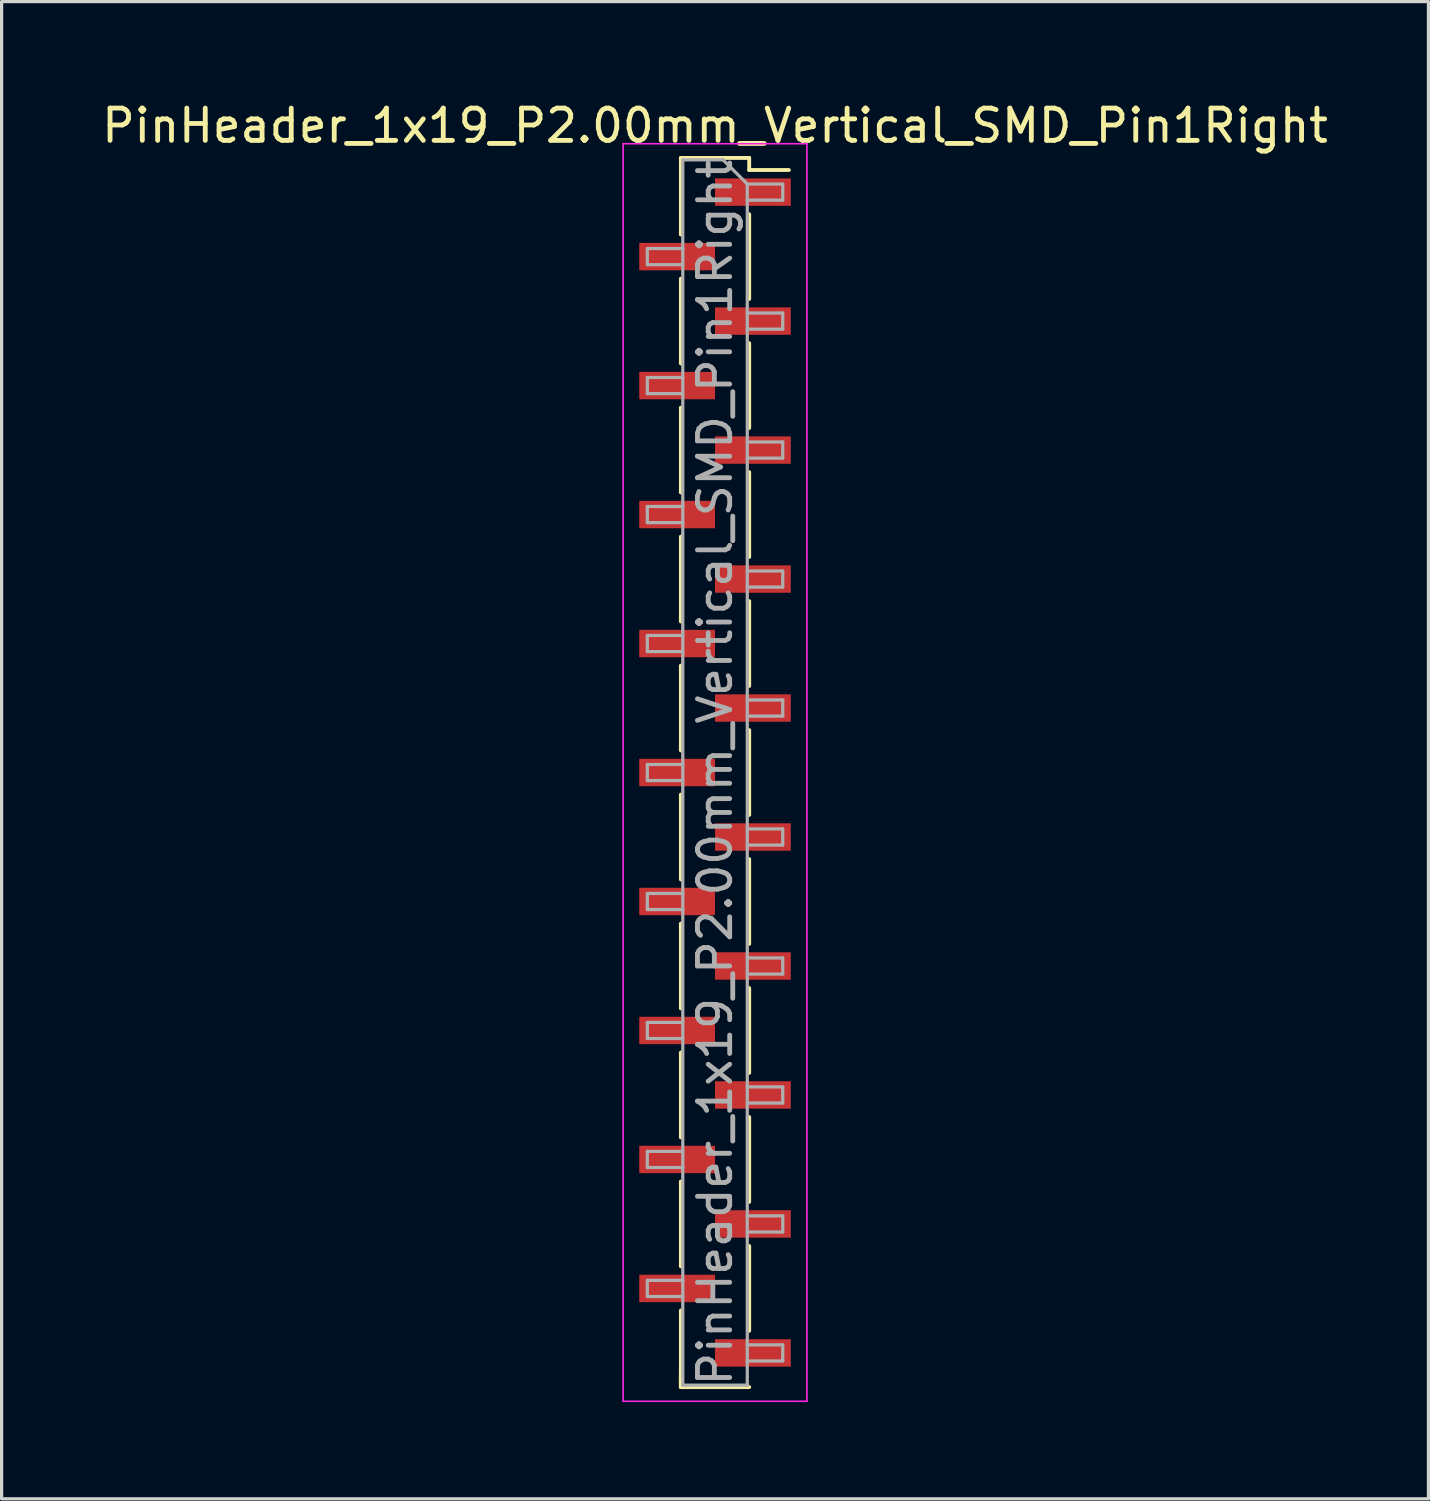
<source format=kicad_pcb>
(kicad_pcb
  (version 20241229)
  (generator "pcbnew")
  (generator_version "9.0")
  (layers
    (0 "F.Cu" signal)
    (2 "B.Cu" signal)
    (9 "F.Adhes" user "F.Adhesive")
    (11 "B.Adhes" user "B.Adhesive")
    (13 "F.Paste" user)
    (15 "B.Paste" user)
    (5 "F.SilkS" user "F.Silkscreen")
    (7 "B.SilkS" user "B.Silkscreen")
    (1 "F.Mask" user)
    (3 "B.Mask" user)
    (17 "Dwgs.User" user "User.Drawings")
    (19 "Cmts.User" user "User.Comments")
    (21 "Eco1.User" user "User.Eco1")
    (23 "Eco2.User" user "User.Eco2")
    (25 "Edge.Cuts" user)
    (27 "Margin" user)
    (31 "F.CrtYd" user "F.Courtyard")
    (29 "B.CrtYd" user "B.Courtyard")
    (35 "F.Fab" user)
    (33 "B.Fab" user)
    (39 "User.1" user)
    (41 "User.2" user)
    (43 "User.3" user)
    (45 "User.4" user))
  (footprint "PinHeader_1x19_P2.00mm_Vertical_SMD_Pin1Right"
    (layer "F.Cu")
    (at 19.125 20.908)
    (property "Reference" "PinHeader_1x19_P2.00mm_Vertical_SMD_Pin1Right" (at 0 -20.06 0) (layer "F.SilkS") (effects (font (size 1 1) (thickness 0.15))))
    (attr smd)
    (fp_line (start -1.06 -19.06) (end -1.06 -16.685) (stroke (width 0.12) (type solid)) (layer "F.SilkS"))
    (fp_line (start -1.06 -19.06) (end 1.06 -19.06) (stroke (width 0.12) (type solid)) (layer "F.SilkS"))
    (fp_line (start -1.06 -15.315) (end -1.06 -12.685) (stroke (width 0.12) (type solid)) (layer "F.SilkS"))
    (fp_line (start -1.06 -11.315) (end -1.06 -8.685) (stroke (width 0.12) (type solid)) (layer "F.SilkS"))
    (fp_line (start -1.06 -7.315) (end -1.06 -4.685) (stroke (width 0.12) (type solid)) (layer "F.SilkS"))
    (fp_line (start -1.06 -3.315) (end -1.06 -0.685) (stroke (width 0.12) (type solid)) (layer "F.SilkS"))
    (fp_line (start -1.06 0.685) (end -1.06 3.315) (stroke (width 0.12) (type solid)) (layer "F.SilkS"))
    (fp_line (start -1.06 4.685) (end -1.06 7.315) (stroke (width 0.12) (type solid)) (layer "F.SilkS"))
    (fp_line (start -1.06 8.685) (end -1.06 11.315) (stroke (width 0.12) (type solid)) (layer "F.SilkS"))
    (fp_line (start -1.06 12.685) (end -1.06 15.315) (stroke (width 0.12) (type solid)) (layer "F.SilkS"))
    (fp_line (start -1.06 16.685) (end -1.06 19.06) (stroke (width 0.12) (type solid)) (layer "F.SilkS"))
    (fp_line (start -1.06 18.685) (end -1.06 19.06) (stroke (width 0.12) (type solid)) (layer "F.SilkS"))
    (fp_line (start -1.06 19.06) (end 1.06 19.06) (stroke (width 0.12) (type solid)) (layer "F.SilkS"))
    (fp_line (start 1.06 -19.06) (end 1.06 -18.685) (stroke (width 0.12) (type solid)) (layer "F.SilkS"))
    (fp_line (start 1.06 -18.685) (end 2.29 -18.685) (stroke (width 0.12) (type solid)) (layer "F.SilkS"))
    (fp_line (start 1.06 -17.315) (end 1.06 -14.685) (stroke (width 0.12) (type solid)) (layer "F.SilkS"))
    (fp_line (start 1.06 -13.315) (end 1.06 -10.685) (stroke (width 0.12) (type solid)) (layer "F.SilkS"))
    (fp_line (start 1.06 -9.315) (end 1.06 -6.685) (stroke (width 0.12) (type solid)) (layer "F.SilkS"))
    (fp_line (start 1.06 -5.315) (end 1.06 -2.685) (stroke (width 0.12) (type solid)) (layer "F.SilkS"))
    (fp_line (start 1.06 -1.315) (end 1.06 1.315) (stroke (width 0.12) (type solid)) (layer "F.SilkS"))
    (fp_line (start 1.06 2.685) (end 1.06 5.315) (stroke (width 0.12) (type solid)) (layer "F.SilkS"))
    (fp_line (start 1.06 6.685) (end 1.06 9.315) (stroke (width 0.12) (type solid)) (layer "F.SilkS"))
    (fp_line (start 1.06 10.685) (end 1.06 13.315) (stroke (width 0.12) (type solid)) (layer "F.SilkS"))
    (fp_line (start 1.06 14.685) (end 1.06 17.315) (stroke (width 0.12) (type solid)) (layer "F.SilkS"))
    (fp_line (start -2.85 -19.5) (end -2.85 19.5) (stroke (width 0.05) (type solid)) (layer "F.CrtYd"))
    (fp_line (start -2.85 19.5) (end 2.85 19.5) (stroke (width 0.05) (type solid)) (layer "F.CrtYd"))
    (fp_line (start 2.85 -19.5) (end -2.85 -19.5) (stroke (width 0.05) (type solid)) (layer "F.CrtYd"))
    (fp_line (start 2.85 19.5) (end 2.85 -19.5) (stroke (width 0.05) (type solid)) (layer "F.CrtYd"))
    (fp_line (start -2.1 -16.25) (end -2.1 -15.75) (stroke (width 0.1) (type solid)) (layer "F.Fab"))
    (fp_line (start -2.1 -15.75) (end -1 -15.75) (stroke (width 0.1) (type solid)) (layer "F.Fab"))
    (fp_line (start -2.1 -12.25) (end -2.1 -11.75) (stroke (width 0.1) (type solid)) (layer "F.Fab"))
    (fp_line (start -2.1 -11.75) (end -1 -11.75) (stroke (width 0.1) (type solid)) (layer "F.Fab"))
    (fp_line (start -2.1 -8.25) (end -2.1 -7.75) (stroke (width 0.1) (type solid)) (layer "F.Fab"))
    (fp_line (start -2.1 -7.75) (end -1 -7.75) (stroke (width 0.1) (type solid)) (layer "F.Fab"))
    (fp_line (start -2.1 -4.25) (end -2.1 -3.75) (stroke (width 0.1) (type solid)) (layer "F.Fab"))
    (fp_line (start -2.1 -3.75) (end -1 -3.75) (stroke (width 0.1) (type solid)) (layer "F.Fab"))
    (fp_line (start -2.1 -0.25) (end -2.1 0.25) (stroke (width 0.1) (type solid)) (layer "F.Fab"))
    (fp_line (start -2.1 0.25) (end -1 0.25) (stroke (width 0.1) (type solid)) (layer "F.Fab"))
    (fp_line (start -2.1 3.75) (end -2.1 4.25) (stroke (width 0.1) (type solid)) (layer "F.Fab"))
    (fp_line (start -2.1 4.25) (end -1 4.25) (stroke (width 0.1) (type solid)) (layer "F.Fab"))
    (fp_line (start -2.1 7.75) (end -2.1 8.25) (stroke (width 0.1) (type solid)) (layer "F.Fab"))
    (fp_line (start -2.1 8.25) (end -1 8.25) (stroke (width 0.1) (type solid)) (layer "F.Fab"))
    (fp_line (start -2.1 11.75) (end -2.1 12.25) (stroke (width 0.1) (type solid)) (layer "F.Fab"))
    (fp_line (start -2.1 12.25) (end -1 12.25) (stroke (width 0.1) (type solid)) (layer "F.Fab"))
    (fp_line (start -2.1 15.75) (end -2.1 16.25) (stroke (width 0.1) (type solid)) (layer "F.Fab"))
    (fp_line (start -2.1 16.25) (end -1 16.25) (stroke (width 0.1) (type solid)) (layer "F.Fab"))
    (fp_line (start -1 -19) (end -1 19) (stroke (width 0.1) (type solid)) (layer "F.Fab"))
    (fp_line (start -1 -19) (end 0.25 -19) (stroke (width 0.1) (type solid)) (layer "F.Fab"))
    (fp_line (start -1 -16.25) (end -2.1 -16.25) (stroke (width 0.1) (type solid)) (layer "F.Fab"))
    (fp_line (start -1 -12.25) (end -2.1 -12.25) (stroke (width 0.1) (type solid)) (layer "F.Fab"))
    (fp_line (start -1 -8.25) (end -2.1 -8.25) (stroke (width 0.1) (type solid)) (layer "F.Fab"))
    (fp_line (start -1 -4.25) (end -2.1 -4.25) (stroke (width 0.1) (type solid)) (layer "F.Fab"))
    (fp_line (start -1 -0.25) (end -2.1 -0.25) (stroke (width 0.1) (type solid)) (layer "F.Fab"))
    (fp_line (start -1 3.75) (end -2.1 3.75) (stroke (width 0.1) (type solid)) (layer "F.Fab"))
    (fp_line (start -1 7.75) (end -2.1 7.75) (stroke (width 0.1) (type solid)) (layer "F.Fab"))
    (fp_line (start -1 11.75) (end -2.1 11.75) (stroke (width 0.1) (type solid)) (layer "F.Fab"))
    (fp_line (start -1 15.75) (end -2.1 15.75) (stroke (width 0.1) (type solid)) (layer "F.Fab"))
    (fp_line (start 1 -18.25) (end 0.25 -19) (stroke (width 0.1) (type solid)) (layer "F.Fab"))
    (fp_line (start 1 -18.25) (end 2.1 -18.25) (stroke (width 0.1) (type solid)) (layer "F.Fab"))
    (fp_line (start 1 -14.25) (end 2.1 -14.25) (stroke (width 0.1) (type solid)) (layer "F.Fab"))
    (fp_line (start 1 -10.25) (end 2.1 -10.25) (stroke (width 0.1) (type solid)) (layer "F.Fab"))
    (fp_line (start 1 -6.25) (end 2.1 -6.25) (stroke (width 0.1) (type solid)) (layer "F.Fab"))
    (fp_line (start 1 -2.25) (end 2.1 -2.25) (stroke (width 0.1) (type solid)) (layer "F.Fab"))
    (fp_line (start 1 1.75) (end 2.1 1.75) (stroke (width 0.1) (type solid)) (layer "F.Fab"))
    (fp_line (start 1 5.75) (end 2.1 5.75) (stroke (width 0.1) (type solid)) (layer "F.Fab"))
    (fp_line (start 1 9.75) (end 2.1 9.75) (stroke (width 0.1) (type solid)) (layer "F.Fab"))
    (fp_line (start 1 13.75) (end 2.1 13.75) (stroke (width 0.1) (type solid)) (layer "F.Fab"))
    (fp_line (start 1 17.75) (end 2.1 17.75) (stroke (width 0.1) (type solid)) (layer "F.Fab"))
    (fp_line (start 1 19) (end -1 19) (stroke (width 0.1) (type solid)) (layer "F.Fab"))
    (fp_line (start 1 19) (end 1 -18.25) (stroke (width 0.1) (type solid)) (layer "F.Fab"))
    (fp_line (start 2.1 -18.25) (end 2.1 -17.75) (stroke (width 0.1) (type solid)) (layer "F.Fab"))
    (fp_line (start 2.1 -17.75) (end 1 -17.75) (stroke (width 0.1) (type solid)) (layer "F.Fab"))
    (fp_line (start 2.1 -14.25) (end 2.1 -13.75) (stroke (width 0.1) (type solid)) (layer "F.Fab"))
    (fp_line (start 2.1 -13.75) (end 1 -13.75) (stroke (width 0.1) (type solid)) (layer "F.Fab"))
    (fp_line (start 2.1 -10.25) (end 2.1 -9.75) (stroke (width 0.1) (type solid)) (layer "F.Fab"))
    (fp_line (start 2.1 -9.75) (end 1 -9.75) (stroke (width 0.1) (type solid)) (layer "F.Fab"))
    (fp_line (start 2.1 -6.25) (end 2.1 -5.75) (stroke (width 0.1) (type solid)) (layer "F.Fab"))
    (fp_line (start 2.1 -5.75) (end 1 -5.75) (stroke (width 0.1) (type solid)) (layer "F.Fab"))
    (fp_line (start 2.1 -2.25) (end 2.1 -1.75) (stroke (width 0.1) (type solid)) (layer "F.Fab"))
    (fp_line (start 2.1 -1.75) (end 1 -1.75) (stroke (width 0.1) (type solid)) (layer "F.Fab"))
    (fp_line (start 2.1 1.75) (end 2.1 2.25) (stroke (width 0.1) (type solid)) (layer "F.Fab"))
    (fp_line (start 2.1 2.25) (end 1 2.25) (stroke (width 0.1) (type solid)) (layer "F.Fab"))
    (fp_line (start 2.1 5.75) (end 2.1 6.25) (stroke (width 0.1) (type solid)) (layer "F.Fab"))
    (fp_line (start 2.1 6.25) (end 1 6.25) (stroke (width 0.1) (type solid)) (layer "F.Fab"))
    (fp_line (start 2.1 9.75) (end 2.1 10.25) (stroke (width 0.1) (type solid)) (layer "F.Fab"))
    (fp_line (start 2.1 10.25) (end 1 10.25) (stroke (width 0.1) (type solid)) (layer "F.Fab"))
    (fp_line (start 2.1 13.75) (end 2.1 14.25) (stroke (width 0.1) (type solid)) (layer "F.Fab"))
    (fp_line (start 2.1 14.25) (end 1 14.25) (stroke (width 0.1) (type solid)) (layer "F.Fab"))
    (fp_line (start 2.1 17.75) (end 2.1 18.25) (stroke (width 0.1) (type solid)) (layer "F.Fab"))
    (fp_line (start 2.1 18.25) (end 1 18.25) (stroke (width 0.1) (type solid)) (layer "F.Fab"))
    (fp_text user "${REFERENCE}" (at 0 0 90) (layer "F.Fab") (effects (font (size 1 1) (thickness 0.15))))
    (pad "1" smd rect (at 1.175 -18) (size 2.35 0.85) (layers "F.Cu" "F.Mask" "F.Paste"))
    (pad "2" smd rect (at -1.175 -16) (size 2.35 0.85) (layers "F.Cu" "F.Mask" "F.Paste"))
    (pad "3" smd rect (at 1.175 -14) (size 2.35 0.85) (layers "F.Cu" "F.Mask" "F.Paste"))
    (pad "4" smd rect (at -1.175 -12) (size 2.35 0.85) (layers "F.Cu" "F.Mask" "F.Paste"))
    (pad "5" smd rect (at 1.175 -10) (size 2.35 0.85) (layers "F.Cu" "F.Mask" "F.Paste"))
    (pad "6" smd rect (at -1.175 -8) (size 2.35 0.85) (layers "F.Cu" "F.Mask" "F.Paste"))
    (pad "7" smd rect (at 1.175 -6) (size 2.35 0.85) (layers "F.Cu" "F.Mask" "F.Paste"))
    (pad "8" smd rect (at -1.175 -4) (size 2.35 0.85) (layers "F.Cu" "F.Mask" "F.Paste"))
    (pad "9" smd rect (at 1.175 -2) (size 2.35 0.85) (layers "F.Cu" "F.Mask" "F.Paste"))
    (pad "10" smd rect (at -1.175 0) (size 2.35 0.85) (layers "F.Cu" "F.Mask" "F.Paste"))
    (pad "11" smd rect (at 1.175 2) (size 2.35 0.85) (layers "F.Cu" "F.Mask" "F.Paste"))
    (pad "12" smd rect (at -1.175 4) (size 2.35 0.85) (layers "F.Cu" "F.Mask" "F.Paste"))
    (pad "13" smd rect (at 1.175 6) (size 2.35 0.85) (layers "F.Cu" "F.Mask" "F.Paste"))
    (pad "14" smd rect (at -1.175 8) (size 2.35 0.85) (layers "F.Cu" "F.Mask" "F.Paste"))
    (pad "15" smd rect (at 1.175 10) (size 2.35 0.85) (layers "F.Cu" "F.Mask" "F.Paste"))
    (pad "16" smd rect (at -1.175 12) (size 2.35 0.85) (layers "F.Cu" "F.Mask" "F.Paste"))
    (pad "17" smd rect (at 1.175 14) (size 2.35 0.85) (layers "F.Cu" "F.Mask" "F.Paste"))
    (pad "18" smd rect (at -1.175 16) (size 2.35 0.85) (layers "F.Cu" "F.Mask" "F.Paste"))
    (pad "19" smd rect (at 1.175 18) (size 2.35 0.85) (layers "F.Cu" "F.Mask" "F.Paste")))
  (gr_rect
    (start -3 -3)
    (end 41.25 43.433)
    (stroke (width 0.1) (type default))
    (fill no)
    (layer "Edge.Cuts")))
</source>
